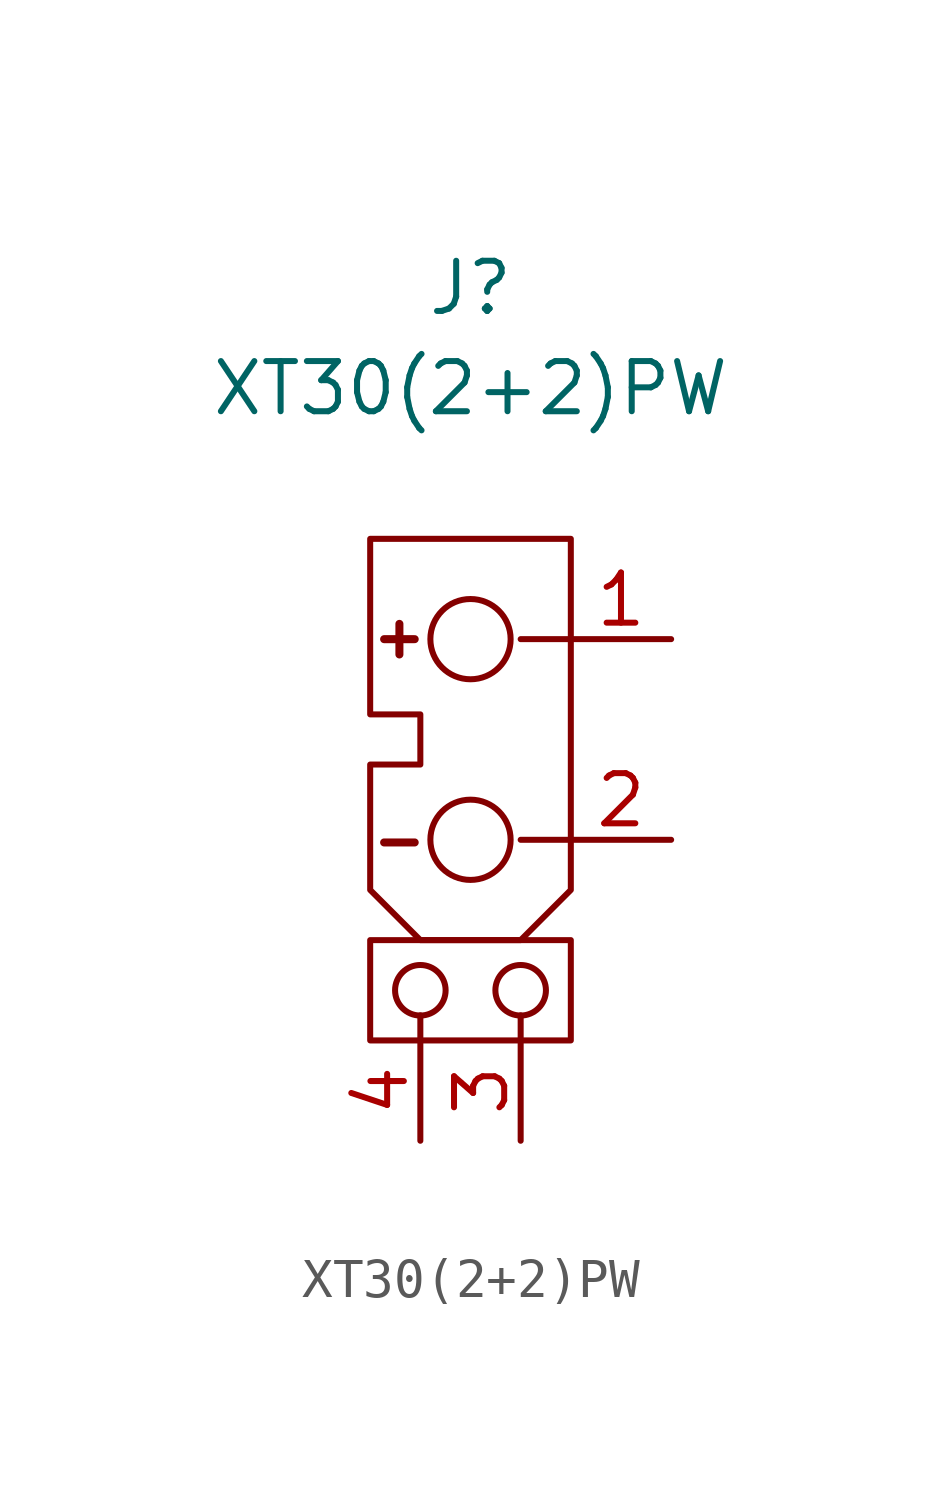
<source format=kicad_sym>
(kicad_symbol_lib
  (version 20231120)
  (generator "kicad_symbol_editor")
  (generator_version "8.0")
  (symbol "XT30(2+2)PW"
    (pin_names hide)
    (property "Reference" "J"
      (at 0 8.89 0)
      (effects (font (size 1.27 1.27))))
    (property "Value" "XT30(2+2)PW"
      (at 0 6.35 0)
      (effects (font (size 1.27 1.27))))
    (symbol "XT30(2+2)PW_0_1"
      (circle (center -1.27 -8.89) (radius 0.64) (stroke (width 0) (type default)) (fill (type none)))
      (circle (center 0 -5.08) (radius 1.016) (stroke (width 0) (type default)) (fill (type none)))
      (circle (center 0 0) (radius 1.016) (stroke (width 0) (type default)) (fill (type none)))
      (polyline (pts (xy -1.27 -10.16) (xy -1.27 -9.525)) (stroke (width 0) (type default)) (fill (type none)))
      (polyline (pts (xy 1.27 -10.16) (xy 1.27 -9.525)) (stroke (width 0) (type default)) (fill (type none)))
      (polyline (pts (xy 2.54 -5.08) (xy 1.27 -5.08)) (stroke (width 0) (type default)) (fill (type none)))
      (polyline (pts (xy 2.54 0) (xy 1.27 0)) (stroke (width 0) (type default)) (fill (type none)))
      (polyline (pts (xy -2.54 -7.62) (xy 2.54 -7.62) (xy 2.54 -10.16) (xy -2.54 -10.16) (xy -2.54 -7.62)) (stroke (width 0) (type default)) (fill (type none)))
      (polyline (pts (xy 2.54 2.54) (xy 2.54 -6.35) (xy 1.27 -7.62) (xy -1.27 -7.62) (xy -2.54 -6.35) (xy -2.54 -3.175) (xy -1.27 -3.175) (xy -1.27 -1.905) (xy -2.54 -1.905) (xy -2.54 2.54) (xy 2.54 2.54)) (stroke (width 0) (type default)) (fill (type none)))
      (circle (center 1.27 -8.89) (radius 0.64) (stroke (width 0) (type default)) (fill (type none)))
      (pin passive line (at 5.08 0 180) (length 2.54) (name "~" (effects (font (size 1.27 1.27)))) (number "1" (effects (font (size 1.27 1.27)))))
      (pin passive line (at 5.08 -5.08 180) (length 2.54) (name "~" (effects (font (size 1.27 1.27)))) (number "2" (effects (font (size 1.27 1.27)))))
      (pin passive line (at 1.27 -12.7 90) (length 2.54) (name "~" (effects (font (size 1.27 1.27)))) (number "3" (effects (font (size 1.27 1.27))))))
    (symbol "XT30(2+2)PW_1_1"
      (text "+" (at -1.8 0.072 0) (effects (font (size 1.016 1.016) (bold yes))))
      (text "-" (at -1.8 -5.075 0) (effects (font (size 1.016 1.016) (bold yes))))
      (pin passive line (at -1.27 -12.7 90) (length 2.54) (name "~" (effects (font (size 1.27 1.27)))) (number "4" (effects (font (size 1.27 1.27))))))))
</source>
